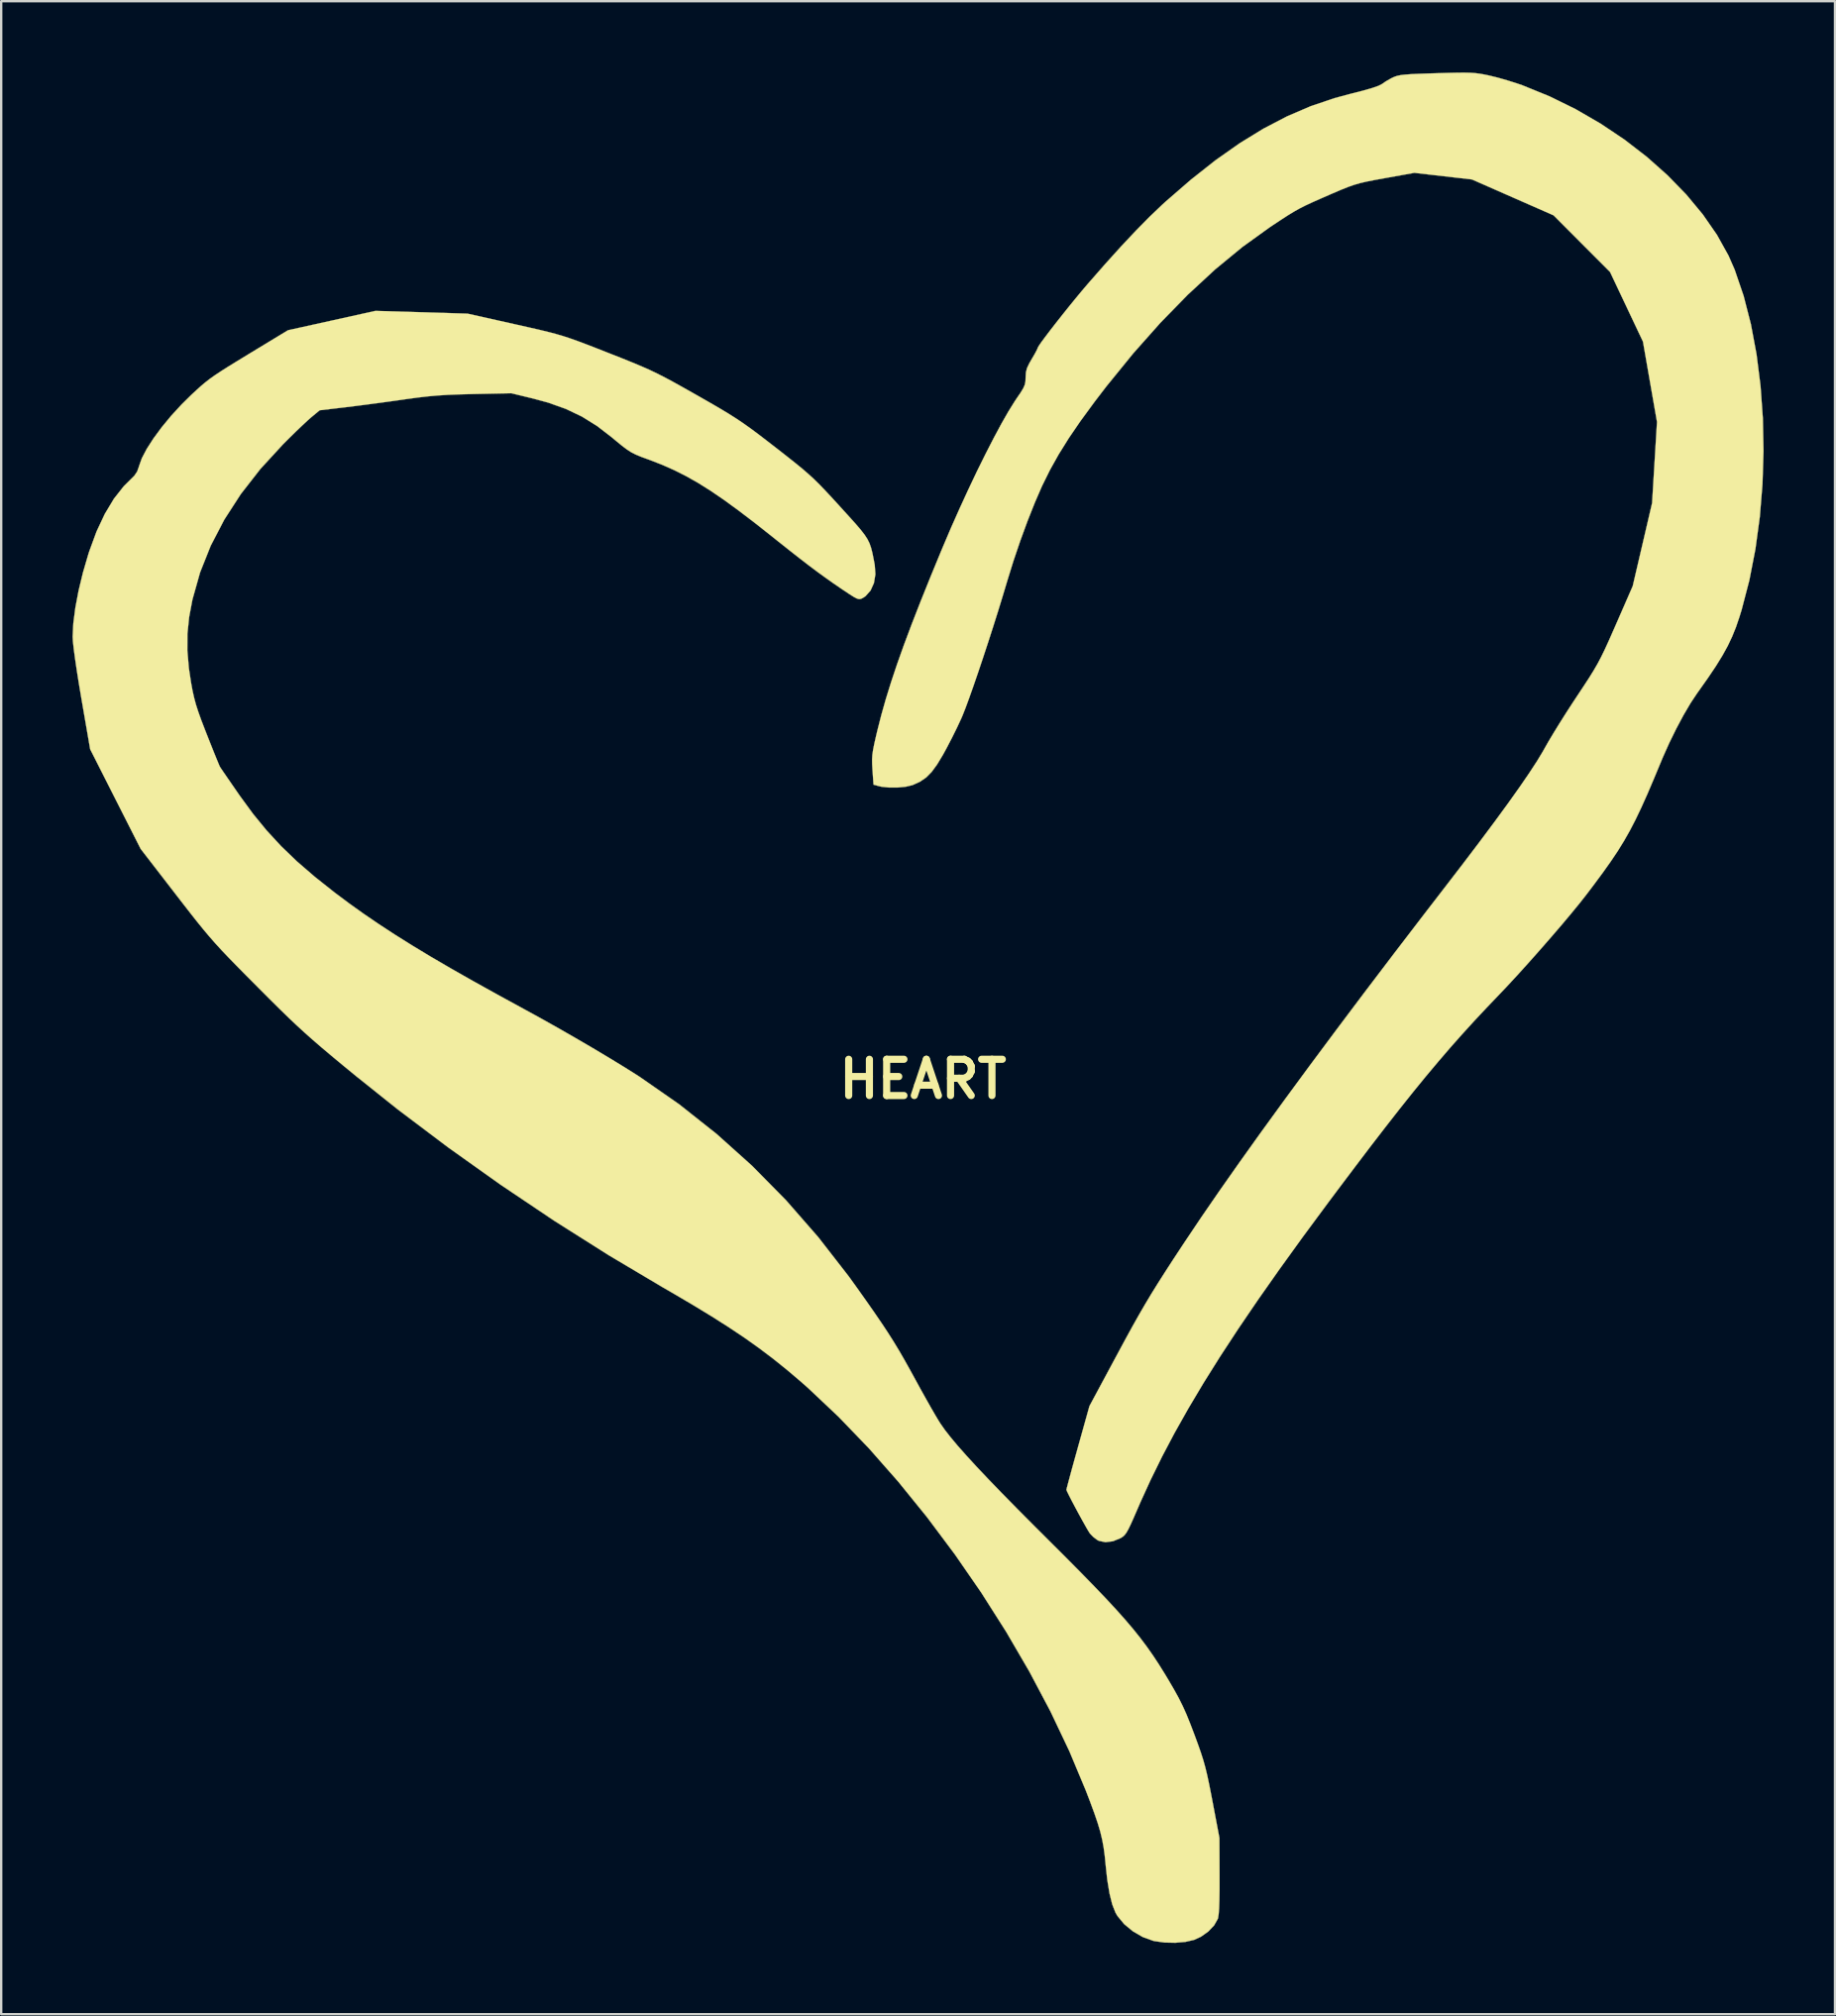
<source format=kicad_pcb>
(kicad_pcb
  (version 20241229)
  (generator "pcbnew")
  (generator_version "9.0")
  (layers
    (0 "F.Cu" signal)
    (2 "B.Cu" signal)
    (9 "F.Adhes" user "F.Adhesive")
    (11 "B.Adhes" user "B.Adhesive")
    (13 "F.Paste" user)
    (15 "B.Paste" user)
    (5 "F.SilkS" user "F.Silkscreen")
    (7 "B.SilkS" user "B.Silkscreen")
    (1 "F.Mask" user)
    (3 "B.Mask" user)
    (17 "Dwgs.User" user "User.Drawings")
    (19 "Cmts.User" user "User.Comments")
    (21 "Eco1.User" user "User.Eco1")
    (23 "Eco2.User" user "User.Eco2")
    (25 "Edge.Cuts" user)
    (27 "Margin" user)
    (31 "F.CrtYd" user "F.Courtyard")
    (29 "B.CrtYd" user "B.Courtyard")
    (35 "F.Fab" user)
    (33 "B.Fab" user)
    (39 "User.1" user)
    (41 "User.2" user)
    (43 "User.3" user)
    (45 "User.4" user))
  (footprint "HEART"
    (layer "F.Cu")
    (at 35.752 42.327)
    (property "Reference" "HEART" (at 0 0 0) (layer "F.SilkS") (effects (font (size 1.524 1.524) (thickness 0.3))))
    (attr through_hole)
    (fp_poly (pts (xy 23.016 -42.316) (xy 23.219 -42.302) (xy 23.404 -42.279) (xy 23.593 -42.246) (xy 23.809 -42.201) (xy 23.812 -42.2) (xy 24.163 -42.114) (xy 24.57 -41.998) (xy 24.975 -41.87) (xy 25.209 -41.789) (xy 26.341 -41.328) (xy 27.439 -40.789) (xy 28.494 -40.178) (xy 29.497 -39.506) (xy 30.437 -38.78) (xy 31.305 -38.008) (xy 32.092 -37.199) (xy 32.788 -36.362) (xy 33.382 -35.505) (xy 33.866 -34.636) (xy 34.129 -34.037) (xy 34.505 -32.935) (xy 34.811 -31.744) (xy 35.048 -30.479) (xy 35.215 -29.158) (xy 35.313 -27.797) (xy 35.341 -26.413) (xy 35.298 -25.022) (xy 35.185 -23.642) (xy 35.001 -22.288) (xy 34.746 -20.979) (xy 34.42 -19.729) (xy 34.325 -19.422) (xy 34.181 -19) (xy 34.021 -18.605) (xy 33.836 -18.214) (xy 33.612 -17.809) (xy 33.341 -17.369) (xy 33.01 -16.876) (xy 32.609 -16.308) (xy 32.555 -16.233) (xy 32.277 -15.816) (xy 31.978 -15.307) (xy 31.673 -14.736) (xy 31.377 -14.133) (xy 31.106 -13.526) (xy 31.053 -13.399) (xy 30.739 -12.645) (xy 30.46 -11.991) (xy 30.204 -11.42) (xy 29.961 -10.912) (xy 29.722 -10.45) (xy 29.475 -10.015) (xy 29.211 -9.588) (xy 28.918 -9.151) (xy 28.588 -8.686) (xy 28.208 -8.173) (xy 27.886 -7.747) (xy 27.603 -7.388) (xy 27.249 -6.956) (xy 26.841 -6.47) (xy 26.394 -5.95) (xy 25.927 -5.415) (xy 25.454 -4.883) (xy 24.994 -4.374) (xy 24.562 -3.907) (xy 24.229 -3.556) (xy 23.687 -2.989) (xy 23.167 -2.433) (xy 22.662 -1.878) (xy 22.163 -1.314) (xy 21.662 -0.731) (xy 21.149 -0.12) (xy 20.618 0.531) (xy 20.059 1.232) (xy 19.465 1.992) (xy 18.826 2.821) (xy 18.136 3.731) (xy 17.384 4.73) (xy 17.051 5.175) (xy 15.979 6.625) (xy 14.992 7.993) (xy 14.084 9.285) (xy 13.252 10.509) (xy 12.49 11.672) (xy 11.794 12.783) (xy 11.16 13.848) (xy 10.581 14.876) (xy 10.055 15.873) (xy 9.576 16.847) (xy 9.139 17.805) (xy 9.05 18.011) (xy 8.877 18.41) (xy 8.744 18.708) (xy 8.64 18.923) (xy 8.555 19.073) (xy 8.479 19.173) (xy 8.404 19.242) (xy 8.319 19.296) (xy 8.316 19.298) (xy 7.991 19.432) (xy 7.676 19.472) (xy 7.402 19.416) (xy 7.325 19.376) (xy 7.158 19.248) (xy 7.024 19.109) (xy 7.019 19.103) (xy 6.947 18.989) (xy 6.836 18.797) (xy 6.699 18.552) (xy 6.548 18.277) (xy 6.397 17.995) (xy 6.256 17.73) (xy 6.141 17.504) (xy 6.062 17.343) (xy 6.032 17.268) (xy 6.032 17.268) (xy 6.049 17.195) (xy 6.096 17.015) (xy 6.168 16.746) (xy 6.261 16.402) (xy 6.372 16) (xy 6.496 15.556) (xy 6.517 15.48) (xy 7.001 13.748) (xy 8.212 11.495) (xy 8.531 10.904) (xy 8.816 10.385) (xy 9.08 9.916) (xy 9.335 9.476) (xy 9.594 9.043) (xy 9.871 8.596) (xy 10.178 8.114) (xy 10.527 7.575) (xy 10.933 6.958) (xy 11.041 6.796) (xy 11.717 5.788) (xy 12.474 4.688) (xy 13.309 3.5) (xy 14.218 2.228) (xy 15.199 0.877) (xy 16.248 -0.55) (xy 17.363 -2.048) (xy 18.54 -3.615) (xy 19.777 -5.244) (xy 21.071 -6.934) (xy 21.845 -7.938) (xy 22.656 -8.993) (xy 23.385 -9.953) (xy 24.032 -10.82) (xy 24.598 -11.594) (xy 25.083 -12.276) (xy 25.489 -12.868) (xy 25.817 -13.37) (xy 26.066 -13.783) (xy 26.135 -13.906) (xy 26.295 -14.188) (xy 26.51 -14.548) (xy 26.764 -14.961) (xy 27.042 -15.401) (xy 27.327 -15.841) (xy 27.496 -16.097) (xy 27.778 -16.523) (xy 28.007 -16.874) (xy 28.195 -17.177) (xy 28.358 -17.457) (xy 28.508 -17.74) (xy 28.66 -18.051) (xy 28.827 -18.415) (xy 29.023 -18.859) (xy 29.135 -19.113) (xy 29.842 -20.733) (xy 30.25 -22.479) (xy 30.657 -24.225) (xy 30.76 -25.93) (xy 30.863 -27.634) (xy 30.568 -29.323) (xy 30.273 -31.012) (xy 28.888 -33.941) (xy 27.7 -35.131) (xy 26.513 -36.322) (xy 24.798 -37.076) (xy 23.082 -37.831) (xy 20.661 -38.109) (xy 19.427 -37.887) (xy 18.991 -37.808) (xy 18.648 -37.74) (xy 18.367 -37.674) (xy 18.115 -37.6) (xy 17.861 -37.51) (xy 17.572 -37.394) (xy 17.216 -37.241) (xy 17.156 -37.215) (xy 16.714 -37.022) (xy 16.363 -36.866) (xy 16.076 -36.732) (xy 15.828 -36.606) (xy 15.594 -36.474) (xy 15.346 -36.323) (xy 15.059 -36.137) (xy 14.707 -35.904) (xy 14.569 -35.811) (xy 13.431 -34.991) (xy 12.287 -34.049) (xy 11.139 -32.987) (xy 9.991 -31.811) (xy 8.847 -30.523) (xy 7.712 -29.128) (xy 7.216 -28.48) (xy 6.635 -27.687) (xy 6.137 -26.959) (xy 5.71 -26.274) (xy 5.341 -25.614) (xy 5.017 -24.958) (xy 5.007 -24.937) (xy 4.707 -24.246) (xy 4.397 -23.466) (xy 4.092 -22.633) (xy 3.804 -21.783) (xy 3.557 -20.987) (xy 3.368 -20.358) (xy 3.166 -19.699) (xy 2.954 -19.027) (xy 2.738 -18.357) (xy 2.524 -17.706) (xy 2.317 -17.09) (xy 2.122 -16.524) (xy 1.945 -16.024) (xy 1.791 -15.606) (xy 1.665 -15.287) (xy 1.617 -15.175) (xy 1.437 -14.788) (xy 1.223 -14.355) (xy 1.004 -13.934) (xy 0.846 -13.644) (xy 0.597 -13.231) (xy 0.368 -12.918) (xy 0.138 -12.685) (xy -0.115 -12.511) (xy -0.41 -12.375) (xy -0.447 -12.361) (xy -0.719 -12.296) (xy -1.061 -12.262) (xy -1.419 -12.261) (xy -1.74 -12.295) (xy -1.848 -12.32) (xy -2.077 -12.383) (xy -2.12 -13.005) (xy -2.134 -13.243) (xy -2.137 -13.444) (xy -2.126 -13.635) (xy -2.095 -13.846) (xy -2.043 -14.107) (xy -1.966 -14.445) (xy -1.912 -14.671) (xy -1.748 -15.315) (xy -1.559 -15.983) (xy -1.341 -16.686) (xy -1.091 -17.435) (xy -0.804 -18.242) (xy -0.476 -19.117) (xy -0.104 -20.071) (xy 0.317 -21.117) (xy 0.79 -22.264) (xy 0.827 -22.352) (xy 1.174 -23.167) (xy 1.536 -23.982) (xy 1.904 -24.783) (xy 2.271 -25.557) (xy 2.632 -26.287) (xy 2.978 -26.961) (xy 3.302 -27.564) (xy 3.598 -28.082) (xy 3.858 -28.5) (xy 3.935 -28.615) (xy 4.109 -28.87) (xy 4.22 -29.054) (xy 4.283 -29.199) (xy 4.311 -29.336) (xy 4.318 -29.497) (xy 4.318 -29.509) (xy 4.33 -29.715) (xy 4.375 -29.896) (xy 4.471 -30.098) (xy 4.572 -30.273) (xy 4.693 -30.48) (xy 4.783 -30.647) (xy 4.825 -30.742) (xy 4.826 -30.75) (xy 4.865 -30.824) (xy 4.972 -30.981) (xy 5.138 -31.206) (xy 5.349 -31.484) (xy 5.595 -31.801) (xy 5.864 -32.142) (xy 6.144 -32.491) (xy 6.423 -32.834) (xy 6.691 -33.157) (xy 6.934 -33.443) (xy 6.935 -33.444) (xy 7.67 -34.283) (xy 8.341 -35.026) (xy 8.957 -35.681) (xy 9.524 -36.257) (xy 10.051 -36.76) (xy 10.192 -36.889) (xy 11.267 -37.822) (xy 12.306 -38.643) (xy 13.319 -39.356) (xy 14.316 -39.968) (xy 15.307 -40.484) (xy 16.301 -40.911) (xy 17.308 -41.252) (xy 17.998 -41.437) (xy 18.493 -41.563) (xy 18.877 -41.673) (xy 19.146 -41.766) (xy 19.295 -41.841) (xy 19.3 -41.845) (xy 19.459 -41.954) (xy 19.666 -42.073) (xy 19.748 -42.114) (xy 19.849 -42.158) (xy 19.959 -42.192) (xy 20.096 -42.219) (xy 20.278 -42.24) (xy 20.522 -42.258) (xy 20.847 -42.273) (xy 21.271 -42.288) (xy 21.59 -42.297) (xy 22.082 -42.311) (xy 22.469 -42.32) (xy 22.773 -42.322) (xy 23.016 -42.316)) (stroke (width 0.01) (type solid)) (fill yes) (layer "F.SilkS"))
    (fp_poly (pts (xy -19.145 -32.188) (xy -17.145 -31.74) (xy -16.594 -31.616) (xy -16.142 -31.513) (xy -15.765 -31.421) (xy -15.436 -31.335) (xy -15.134 -31.247) (xy -14.832 -31.148) (xy -14.506 -31.032) (xy -14.132 -30.891) (xy -13.685 -30.718) (xy -13.225 -30.537) (xy -12.679 -30.322) (xy -12.226 -30.139) (xy -11.841 -29.978) (xy -11.499 -29.827) (xy -11.175 -29.672) (xy -10.844 -29.503) (xy -10.48 -29.308) (xy -10.059 -29.073) (xy -9.555 -28.788) (xy -9.51 -28.763) (xy -8.992 -28.467) (xy -8.561 -28.217) (xy -8.196 -27.998) (xy -7.872 -27.793) (xy -7.566 -27.588) (xy -7.255 -27.368) (xy -6.916 -27.116) (xy -6.526 -26.817) (xy -6.185 -26.553) (xy -5.741 -26.206) (xy -5.378 -25.918) (xy -5.076 -25.672) (xy -4.816 -25.447) (xy -4.577 -25.228) (xy -4.34 -24.994) (xy -4.085 -24.728) (xy -3.792 -24.413) (xy -3.475 -24.065) (xy -3.119 -23.673) (xy -2.837 -23.36) (xy -2.619 -23.106) (xy -2.455 -22.895) (xy -2.333 -22.708) (xy -2.245 -22.53) (xy -2.179 -22.341) (xy -2.124 -22.126) (xy -2.072 -21.865) (xy -2.026 -21.623) (xy -1.998 -21.228) (xy -2.059 -20.861) (xy -2.201 -20.545) (xy -2.414 -20.306) (xy -2.537 -20.226) (xy -2.612 -20.193) (xy -2.684 -20.184) (xy -2.775 -20.208) (xy -2.904 -20.275) (xy -3.092 -20.394) (xy -3.36 -20.573) (xy -3.436 -20.624) (xy -3.779 -20.859) (xy -4.107 -21.091) (xy -4.44 -21.333) (xy -4.793 -21.598) (xy -5.186 -21.901) (xy -5.636 -22.254) (xy -6.162 -22.672) (xy -6.318 -22.797) (xy -7.073 -23.393) (xy -7.75 -23.909) (xy -8.362 -24.355) (xy -8.925 -24.739) (xy -9.451 -25.07) (xy -9.955 -25.355) (xy -10.45 -25.605) (xy -10.95 -25.827) (xy -11.469 -26.03) (xy -11.562 -26.064) (xy -11.849 -26.169) (xy -12.072 -26.262) (xy -12.262 -26.358) (xy -12.446 -26.477) (xy -12.655 -26.635) (xy -12.918 -26.85) (xy -13.067 -26.976) (xy -13.697 -27.462) (xy -14.335 -27.859) (xy -15.012 -28.182) (xy -15.759 -28.448) (xy -16.383 -28.617) (xy -17.304 -28.841) (xy -18.891 -28.808) (xy -19.471 -28.793) (xy -19.959 -28.774) (xy -20.393 -28.747) (xy -20.807 -28.71) (xy -21.239 -28.66) (xy -21.723 -28.594) (xy -21.826 -28.579) (xy -22.32 -28.509) (xy -22.86 -28.435) (xy -23.402 -28.363) (xy -23.901 -28.299) (xy -24.267 -28.254) (xy -25.361 -28.125) (xy -25.714 -27.832) (xy -25.875 -27.69) (xy -26.102 -27.478) (xy -26.374 -27.218) (xy -26.666 -26.93) (xy -26.909 -26.687) (xy -27.853 -25.659) (xy -28.674 -24.606) (xy -29.37 -23.53) (xy -29.942 -22.43) (xy -30.389 -21.308) (xy -30.711 -20.167) (xy -30.85 -19.428) (xy -30.922 -18.727) (xy -30.925 -18.026) (xy -30.862 -17.284) (xy -30.769 -16.669) (xy -30.708 -16.338) (xy -30.643 -16.046) (xy -30.567 -15.762) (xy -30.47 -15.459) (xy -30.344 -15.107) (xy -30.179 -14.678) (xy -30.108 -14.497) (xy -29.957 -14.116) (xy -29.82 -13.772) (xy -29.703 -13.484) (xy -29.615 -13.27) (xy -29.563 -13.149) (xy -29.554 -13.132) (xy -29.505 -13.057) (xy -29.395 -12.895) (xy -29.234 -12.661) (xy -29.035 -12.372) (xy -28.808 -12.044) (xy -28.713 -11.906) (xy -28.162 -11.153) (xy -27.592 -10.457) (xy -26.984 -9.798) (xy -26.317 -9.156) (xy -25.571 -8.511) (xy -24.727 -7.842) (xy -24.701 -7.823) (xy -24.112 -7.382) (xy -23.506 -6.949) (xy -22.872 -6.517) (xy -22.201 -6.078) (xy -21.48 -5.626) (xy -20.699 -5.154) (xy -19.847 -4.656) (xy -18.912 -4.125) (xy -17.885 -3.554) (xy -16.754 -2.936) (xy -16.732 -2.924) (xy -16.045 -2.547) (xy -15.326 -2.143) (xy -14.598 -1.725) (xy -13.884 -1.308) (xy -13.207 -0.904) (xy -12.589 -0.527) (xy -12.053 -0.191) (xy -11.893 -0.087) (xy -10.245 1.06) (xy -8.674 2.305) (xy -7.178 3.648) (xy -5.754 5.094) (xy -4.401 6.643) (xy -3.114 8.299) (xy -2.811 8.72) (xy -2.394 9.307) (xy -2.041 9.812) (xy -1.738 10.256) (xy -1.472 10.658) (xy -1.231 11.038) (xy -1.001 11.418) (xy -0.771 11.816) (xy -0.527 12.253) (xy -0.317 12.636) (xy -0.089 13.053) (xy 0.137 13.457) (xy 0.346 13.828) (xy 0.529 14.143) (xy 0.672 14.382) (xy 0.74 14.489) (xy 0.927 14.756) (xy 1.168 15.064) (xy 1.466 15.42) (xy 1.827 15.828) (xy 2.254 16.294) (xy 2.753 16.822) (xy 3.328 17.417) (xy 3.983 18.085) (xy 4.725 18.831) (xy 5.295 19.399) (xy 6.012 20.115) (xy 6.645 20.754) (xy 7.202 21.325) (xy 7.692 21.837) (xy 8.122 22.301) (xy 8.501 22.726) (xy 8.837 23.121) (xy 9.138 23.497) (xy 9.413 23.863) (xy 9.669 24.228) (xy 9.916 24.602) (xy 10.161 24.995) (xy 10.307 25.237) (xy 10.554 25.66) (xy 10.755 26.024) (xy 10.926 26.367) (xy 11.086 26.724) (xy 11.251 27.134) (xy 11.411 27.554) (xy 11.563 27.967) (xy 11.685 28.315) (xy 11.785 28.627) (xy 11.871 28.934) (xy 11.951 29.264) (xy 12.033 29.647) (xy 12.125 30.113) (xy 12.171 30.353) (xy 12.466 31.909) (xy 12.472 33.496) (xy 12.472 34.067) (xy 12.465 34.52) (xy 12.453 34.866) (xy 12.434 35.113) (xy 12.409 35.272) (xy 12.398 35.309) (xy 12.245 35.582) (xy 11.999 35.842) (xy 11.692 36.06) (xy 11.404 36.193) (xy 11.042 36.277) (xy 10.613 36.315) (xy 10.164 36.306) (xy 9.746 36.248) (xy 9.684 36.234) (xy 9.245 36.076) (xy 8.827 35.834) (xy 8.461 35.531) (xy 8.178 35.189) (xy 8.096 35.048) (xy 7.96 34.704) (xy 7.845 34.24) (xy 7.75 33.664) (xy 7.685 33.064) (xy 7.646 32.668) (xy 7.599 32.316) (xy 7.538 31.985) (xy 7.458 31.651) (xy 7.351 31.29) (xy 7.211 30.879) (xy 7.033 30.395) (xy 6.846 29.909) (xy 6.155 28.257) (xy 5.361 26.585) (xy 4.472 24.907) (xy 3.499 23.238) (xy 2.452 21.591) (xy 1.341 19.982) (xy 0.175 18.423) (xy -1.034 16.931) (xy -2.277 15.518) (xy -3.545 14.201) (xy -4.826 12.991) (xy -5.17 12.688) (xy -5.736 12.208) (xy -6.302 11.754) (xy -6.883 11.315) (xy -7.496 10.879) (xy -8.155 10.438) (xy -8.877 9.979) (xy -9.677 9.492) (xy -10.57 8.967) (xy -10.922 8.764) (xy -13.212 7.404) (xy -15.499 5.957) (xy -17.755 4.441) (xy -19.957 2.874) (xy -22.079 1.274) (xy -23.812 -0.11) (xy -24.376 -0.573) (xy -24.859 -0.974) (xy -25.278 -1.327) (xy -25.651 -1.649) (xy -25.996 -1.956) (xy -26.332 -2.264) (xy -26.676 -2.59) (xy -27.045 -2.949) (xy -27.458 -3.358) (xy -27.932 -3.833) (xy -27.983 -3.885) (xy -28.458 -4.362) (xy -28.857 -4.767) (xy -29.196 -5.116) (xy -29.49 -5.425) (xy -29.752 -5.712) (xy -29.999 -5.994) (xy -30.245 -6.286) (xy -30.505 -6.606) (xy -30.793 -6.971) (xy -31.125 -7.398) (xy -31.394 -7.746) (xy -32.888 -9.681) (xy -33.95 -11.776) (xy -35.011 -13.872) (xy -35.379 -16) (xy -35.484 -16.624) (xy -35.574 -17.19) (xy -35.647 -17.686) (xy -35.702 -18.096) (xy -35.736 -18.409) (xy -35.747 -18.605) (xy -35.719 -19.171) (xy -35.634 -19.824) (xy -35.498 -20.541) (xy -35.315 -21.298) (xy -35.089 -22.072) (xy -35.05 -22.193) (xy -34.743 -23.028) (xy -34.396 -23.767) (xy -34.014 -24.404) (xy -33.601 -24.929) (xy -33.351 -25.178) (xy -33.154 -25.374) (xy -33.035 -25.551) (xy -32.962 -25.756) (xy -32.958 -25.775) (xy -32.839 -26.108) (xy -32.632 -26.503) (xy -32.349 -26.943) (xy -32.004 -27.411) (xy -31.607 -27.892) (xy -31.171 -28.367) (xy -30.766 -28.767) (xy -30.548 -28.969) (xy -30.357 -29.142) (xy -30.175 -29.295) (xy -29.987 -29.442) (xy -29.775 -29.593) (xy -29.524 -29.76) (xy -29.218 -29.955) (xy -28.84 -30.188) (xy -28.374 -30.472) (xy -28.223 -30.564) (xy -26.696 -31.49) (xy -24.857 -31.897) (xy -23.019 -32.304) (xy -19.145 -32.188)) (stroke (width 0.01) (type solid)) (fill yes) (layer "F.SilkS")))
  (gr_rect
    (start -3 -3)
    (end 74.098 81.647)
    (stroke (width 0.1) (type default))
    (fill no)
    (layer "Edge.Cuts")))
</source>
